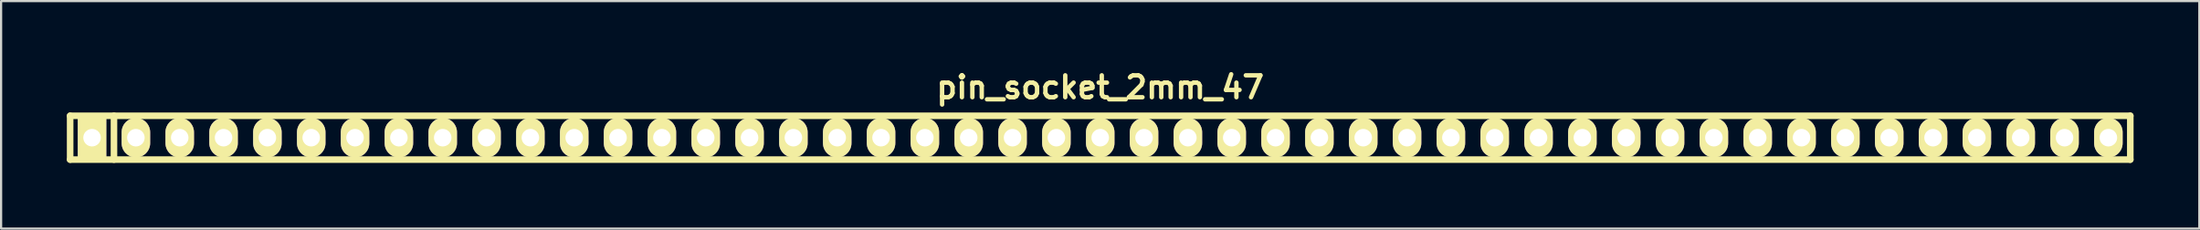
<source format=kicad_pcb>
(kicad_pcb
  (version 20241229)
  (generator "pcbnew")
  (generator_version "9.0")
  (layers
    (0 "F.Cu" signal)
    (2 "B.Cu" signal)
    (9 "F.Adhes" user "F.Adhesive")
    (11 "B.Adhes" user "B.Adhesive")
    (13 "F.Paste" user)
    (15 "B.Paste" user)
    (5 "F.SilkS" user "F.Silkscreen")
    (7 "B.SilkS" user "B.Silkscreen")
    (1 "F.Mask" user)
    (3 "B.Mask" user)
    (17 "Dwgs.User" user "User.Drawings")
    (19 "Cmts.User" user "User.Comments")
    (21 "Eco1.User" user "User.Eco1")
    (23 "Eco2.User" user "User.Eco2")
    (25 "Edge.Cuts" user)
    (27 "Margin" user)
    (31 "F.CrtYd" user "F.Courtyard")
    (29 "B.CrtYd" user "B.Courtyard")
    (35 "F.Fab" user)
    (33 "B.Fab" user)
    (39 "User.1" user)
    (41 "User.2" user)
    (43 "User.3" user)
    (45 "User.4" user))
  (footprint "pin_socket_2mm_47"
    (layer "F.Cu")
    (at 47.15 3.236)
    (property "Reference" "pin_socket_2mm_47" (at 0 -2.3 0) (layer "F.SilkS") (effects (font (size 1 1) (thickness 0.2))))
    (attr through_hole)
    (fp_line (start -47 -1) (end 47 -1) (stroke (width 0.3) (type solid)) (layer "F.SilkS"))
    (fp_line (start -47 1) (end -47 -1) (stroke (width 0.3) (type solid)) (layer "F.SilkS"))
    (fp_line (start -45 -1) (end -45 1) (stroke (width 0.3) (type solid)) (layer "F.SilkS"))
    (fp_line (start 47 -1) (end 47 1) (stroke (width 0.3) (type solid)) (layer "F.SilkS"))
    (fp_line (start 47 1) (end -47 1) (stroke (width 0.3) (type solid)) (layer "F.SilkS"))
    (pad "1" thru_hole rect (at -46 0) (size 1.3 1.8) (drill 0.8) (layers "*.Cu" "*.Mask" "F.SilkS"))
    (pad "2" thru_hole oval (at -44 0) (size 1.3 1.8) (drill 0.8) (layers "*.Cu" "*.Mask" "F.SilkS"))
    (pad "3" thru_hole oval (at -42 0) (size 1.3 1.8) (drill 0.8) (layers "*.Cu" "*.Mask" "F.SilkS"))
    (pad "4" thru_hole oval (at -40 0) (size 1.3 1.8) (drill 0.8) (layers "*.Cu" "*.Mask" "F.SilkS"))
    (pad "5" thru_hole oval (at -38 0) (size 1.3 1.8) (drill 0.8) (layers "*.Cu" "*.Mask" "F.SilkS"))
    (pad "6" thru_hole oval (at -36 0) (size 1.3 1.8) (drill 0.8) (layers "*.Cu" "*.Mask" "F.SilkS"))
    (pad "7" thru_hole oval (at -34 0) (size 1.3 1.8) (drill 0.8) (layers "*.Cu" "*.Mask" "F.SilkS"))
    (pad "8" thru_hole oval (at -32 0) (size 1.3 1.8) (drill 0.8) (layers "*.Cu" "*.Mask" "F.SilkS"))
    (pad "9" thru_hole oval (at -30 0) (size 1.3 1.8) (drill 0.8) (layers "*.Cu" "*.Mask" "F.SilkS"))
    (pad "10" thru_hole oval (at -28 0) (size 1.3 1.8) (drill 0.8) (layers "*.Cu" "*.Mask" "F.SilkS"))
    (pad "11" thru_hole oval (at -26 0) (size 1.3 1.8) (drill 0.8) (layers "*.Cu" "*.Mask" "F.SilkS"))
    (pad "12" thru_hole oval (at -24 0) (size 1.3 1.8) (drill 0.8) (layers "*.Cu" "*.Mask" "F.SilkS"))
    (pad "13" thru_hole oval (at -22 0) (size 1.3 1.8) (drill 0.8) (layers "*.Cu" "*.Mask" "F.SilkS"))
    (pad "14" thru_hole oval (at -20 0) (size 1.3 1.8) (drill 0.8) (layers "*.Cu" "*.Mask" "F.SilkS"))
    (pad "15" thru_hole oval (at -18 0) (size 1.3 1.8) (drill 0.8) (layers "*.Cu" "*.Mask" "F.SilkS"))
    (pad "16" thru_hole oval (at -16 0) (size 1.3 1.8) (drill 0.8) (layers "*.Cu" "*.Mask" "F.SilkS"))
    (pad "17" thru_hole oval (at -14 0) (size 1.3 1.8) (drill 0.8) (layers "*.Cu" "*.Mask" "F.SilkS"))
    (pad "18" thru_hole oval (at -12 0) (size 1.3 1.8) (drill 0.8) (layers "*.Cu" "*.Mask" "F.SilkS"))
    (pad "19" thru_hole oval (at -10 0) (size 1.3 1.8) (drill 0.8) (layers "*.Cu" "*.Mask" "F.SilkS"))
    (pad "20" thru_hole oval (at -8 0) (size 1.3 1.8) (drill 0.8) (layers "*.Cu" "*.Mask" "F.SilkS"))
    (pad "21" thru_hole oval (at -6 0) (size 1.3 1.8) (drill 0.8) (layers "*.Cu" "*.Mask" "F.SilkS"))
    (pad "22" thru_hole oval (at -4 0) (size 1.3 1.8) (drill 0.8) (layers "*.Cu" "*.Mask" "F.SilkS"))
    (pad "23" thru_hole oval (at -2 0) (size 1.3 1.8) (drill 0.8) (layers "*.Cu" "*.Mask" "F.SilkS"))
    (pad "24" thru_hole oval (at 0 0) (size 1.3 1.8) (drill 0.8) (layers "*.Cu" "*.Mask" "F.SilkS"))
    (pad "25" thru_hole oval (at 2 0) (size 1.3 1.8) (drill 0.8) (layers "*.Cu" "*.Mask" "F.SilkS"))
    (pad "26" thru_hole oval (at 4 0) (size 1.3 1.8) (drill 0.8) (layers "*.Cu" "*.Mask" "F.SilkS"))
    (pad "27" thru_hole oval (at 6 0) (size 1.3 1.8) (drill 0.8) (layers "*.Cu" "*.Mask" "F.SilkS"))
    (pad "28" thru_hole oval (at 8 0) (size 1.3 1.8) (drill 0.8) (layers "*.Cu" "*.Mask" "F.SilkS"))
    (pad "29" thru_hole oval (at 10 0) (size 1.3 1.8) (drill 0.8) (layers "*.Cu" "*.Mask" "F.SilkS"))
    (pad "30" thru_hole oval (at 12 0) (size 1.3 1.8) (drill 0.8) (layers "*.Cu" "*.Mask" "F.SilkS"))
    (pad "31" thru_hole oval (at 14 0) (size 1.3 1.8) (drill 0.8) (layers "*.Cu" "*.Mask" "F.SilkS"))
    (pad "32" thru_hole oval (at 16 0) (size 1.3 1.8) (drill 0.8) (layers "*.Cu" "*.Mask" "F.SilkS"))
    (pad "33" thru_hole oval (at 18 0) (size 1.3 1.8) (drill 0.8) (layers "*.Cu" "*.Mask" "F.SilkS"))
    (pad "34" thru_hole oval (at 20 0) (size 1.3 1.8) (drill 0.8) (layers "*.Cu" "*.Mask" "F.SilkS"))
    (pad "35" thru_hole oval (at 22 0) (size 1.3 1.8) (drill 0.8) (layers "*.Cu" "*.Mask" "F.SilkS"))
    (pad "36" thru_hole oval (at 24 0) (size 1.3 1.8) (drill 0.8) (layers "*.Cu" "*.Mask" "F.SilkS"))
    (pad "37" thru_hole oval (at 26 0) (size 1.3 1.8) (drill 0.8) (layers "*.Cu" "*.Mask" "F.SilkS"))
    (pad "38" thru_hole oval (at 28 0) (size 1.3 1.8) (drill 0.8) (layers "*.Cu" "*.Mask" "F.SilkS"))
    (pad "39" thru_hole oval (at 30 0) (size 1.3 1.8) (drill 0.8) (layers "*.Cu" "*.Mask" "F.SilkS"))
    (pad "40" thru_hole oval (at 32 0) (size 1.3 1.8) (drill 0.8) (layers "*.Cu" "*.Mask" "F.SilkS"))
    (pad "41" thru_hole oval (at 34 0) (size 1.3 1.8) (drill 0.8) (layers "*.Cu" "*.Mask" "F.SilkS"))
    (pad "42" thru_hole oval (at 36 0) (size 1.3 1.8) (drill 0.8) (layers "*.Cu" "*.Mask" "F.SilkS"))
    (pad "43" thru_hole oval (at 38 0) (size 1.3 1.8) (drill 0.8) (layers "*.Cu" "*.Mask" "F.SilkS"))
    (pad "44" thru_hole oval (at 40 0) (size 1.3 1.8) (drill 0.8) (layers "*.Cu" "*.Mask" "F.SilkS"))
    (pad "45" thru_hole oval (at 42 0) (size 1.3 1.8) (drill 0.8) (layers "*.Cu" "*.Mask" "F.SilkS"))
    (pad "46" thru_hole oval (at 44 0) (size 1.3 1.8) (drill 0.8) (layers "*.Cu" "*.Mask" "F.SilkS"))
    (pad "47" thru_hole oval (at 46 0) (size 1.3 1.8) (drill 0.8) (layers "*.Cu" "*.Mask" "F.SilkS")))
  (gr_rect
    (start -3 -3)
    (end 97.3 7.386)
    (stroke (width 0.1) (type default))
    (fill no)
    (layer "Edge.Cuts")))
</source>
